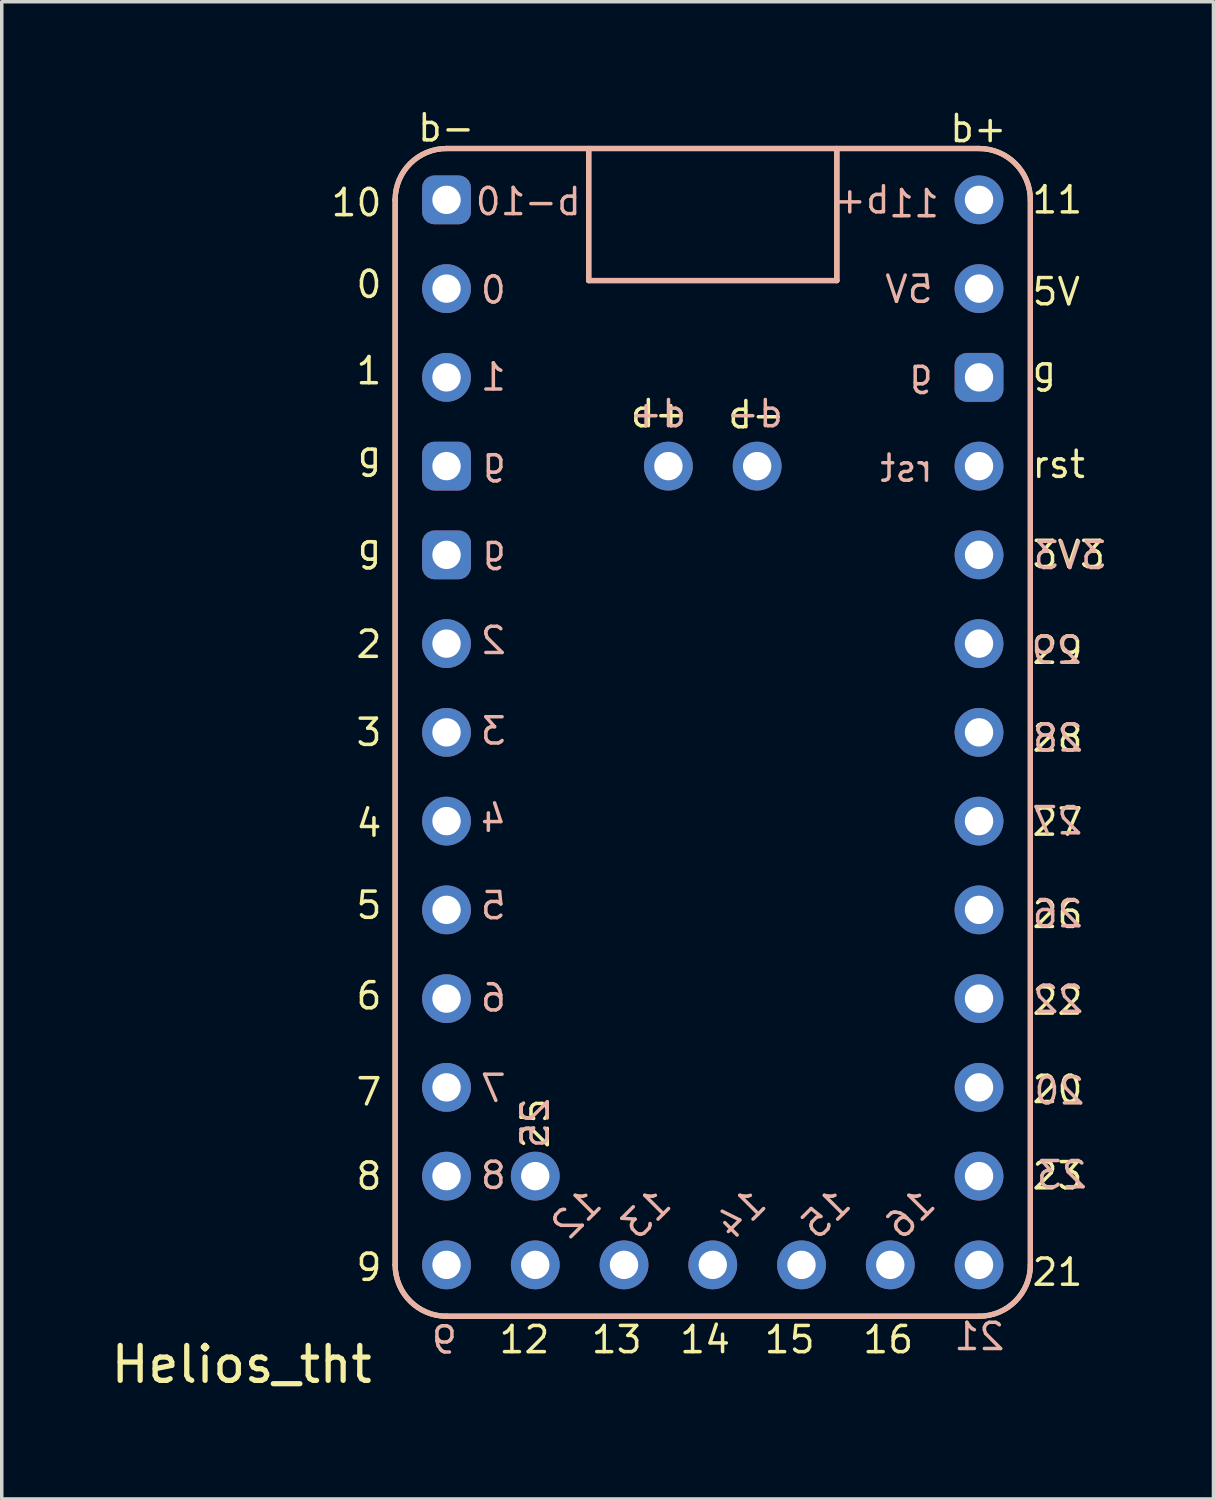
<source format=kicad_pcb>
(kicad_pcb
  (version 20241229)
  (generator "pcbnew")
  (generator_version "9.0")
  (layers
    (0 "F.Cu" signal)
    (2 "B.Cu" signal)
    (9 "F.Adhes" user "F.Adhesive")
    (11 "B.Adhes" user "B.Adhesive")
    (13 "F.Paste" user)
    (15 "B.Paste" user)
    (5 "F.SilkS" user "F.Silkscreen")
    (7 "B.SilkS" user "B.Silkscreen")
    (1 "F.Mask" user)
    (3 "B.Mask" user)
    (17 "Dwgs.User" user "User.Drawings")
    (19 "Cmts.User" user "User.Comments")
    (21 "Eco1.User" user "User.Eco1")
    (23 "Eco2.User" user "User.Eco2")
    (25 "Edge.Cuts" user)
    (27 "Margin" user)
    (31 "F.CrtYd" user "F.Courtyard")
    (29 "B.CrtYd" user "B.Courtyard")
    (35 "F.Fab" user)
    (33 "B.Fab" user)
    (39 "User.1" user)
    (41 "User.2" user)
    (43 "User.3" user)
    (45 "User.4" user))
  (footprint "Helios_tht"
    (layer "F.Cu")
    (at 17.349 19.18)
    (property "Reference" "Helios_tht" (at -9.67 16.82 180) (layer "F.SilkS") (effects (font (size 1 1) (thickness 0.15)) (justify right)))
    (attr through_hole exclude_from_pos_files exclude_from_bom)
    (fp_line (start -9.09 -16.51) (end -9.09 13.97) (stroke (width 0.15) (type default)) (layer "F.SilkS"))
    (fp_line (start -7.62 15.44) (end 7.62 15.44) (stroke (width 0.15) (type default)) (layer "F.SilkS"))
    (fp_line (start -3.55 -14.2) (end -3.55 -17.98) (stroke (width 0.15) (type default)) (layer "F.SilkS"))
    (fp_line (start 3.55 -14.2) (end -3.55 -14.2) (stroke (width 0.15) (type default)) (layer "F.SilkS"))
    (fp_line (start 3.55 -14.2) (end 3.55 -17.98) (stroke (width 0.15) (type default)) (layer "F.SilkS"))
    (fp_line (start 7.62 -17.98) (end -7.62 -17.98) (stroke (width 0.15) (type default)) (layer "F.SilkS"))
    (fp_line (start 9.09 13.97) (end 9.09 -16.51) (stroke (width 0.15) (type default)) (layer "F.SilkS"))
    (fp_arc (start -9.09 -16.51) (mid -8.659446 -17.549446) (end -7.62 -17.98) (stroke (width 0.15) (type default)) (layer "F.SilkS"))
    (fp_arc (start -7.62 15.44) (mid -8.659447 15.009447) (end -9.09 13.97) (stroke (width 0.15) (type default)) (layer "F.SilkS"))
    (fp_arc (start 7.62 -17.98) (mid 8.659447 -17.549447) (end 9.09 -16.51) (stroke (width 0.15) (type default)) (layer "F.SilkS"))
    (fp_arc (start 9.09 13.97) (mid 8.659447 15.009447) (end 7.62 15.44) (stroke (width 0.15) (type default)) (layer "F.SilkS"))
    (fp_line (start -9.09 13.97) (end -9.09 -16.51) (stroke (width 0.15) (type default)) (layer "B.SilkS"))
    (fp_line (start -7.62 -17.98) (end 7.62 -17.98) (stroke (width 0.15) (type default)) (layer "B.SilkS"))
    (fp_line (start -3.55 -14.2) (end -3.55 -17.98) (stroke (width 0.15) (type default)) (layer "B.SilkS"))
    (fp_line (start -3.55 -14.2) (end 3.55 -14.2) (stroke (width 0.15) (type default)) (layer "B.SilkS"))
    (fp_line (start 3.55 -14.2) (end 3.55 -17.98) (stroke (width 0.15) (type default)) (layer "B.SilkS"))
    (fp_line (start 7.62 15.44) (end -7.62 15.44) (stroke (width 0.15) (type default)) (layer "B.SilkS"))
    (fp_line (start 9.09 -16.51) (end 9.09 13.97) (stroke (width 0.15) (type default)) (layer "B.SilkS"))
    (fp_arc (start -9.09 -16.51) (mid -8.659447 -17.549447) (end -7.62 -17.98) (stroke (width 0.15) (type default)) (layer "B.SilkS"))
    (fp_arc (start -7.62 15.44) (mid -8.659447 15.009447) (end -9.09 13.97) (stroke (width 0.15) (type default)) (layer "B.SilkS"))
    (fp_arc (start 7.62 -17.98) (mid 8.659446 -17.549446) (end 9.09 -16.51) (stroke (width 0.15) (type default)) (layer "B.SilkS"))
    (fp_arc (start 9.09 13.97) (mid 8.659447 15.009447) (end 7.62 15.44) (stroke (width 0.15) (type default)) (layer "B.SilkS"))
    (fp_text user "27" (at 9.866 1.74 0) (unlocked yes) (layer "F.SilkS") (effects (font (size 0.75 0.75) (thickness 0.1)) (justify bottom)))
    (fp_text user "8" (at -9.84 11.87 0) (unlocked yes) (layer "F.SilkS") (effects (font (size 0.75 0.75) (thickness 0.1)) (justify bottom)))
    (fp_text user "22" (at 9.866 6.86 0) (unlocked yes) (layer "F.SilkS") (effects (font (size 0.75 0.75) (thickness 0.1)) (justify bottom)))
    (fp_text user "2" (at -9.84 -3.35 0) (unlocked yes) (layer "F.SilkS") (effects (font (size 0.75 0.75) (thickness 0.1)) (justify bottom)))
    (fp_text user "7" (at -9.84 9.46 0) (unlocked yes) (layer "F.SilkS") (effects (font (size 0.75 0.75) (thickness 0.1)) (justify bottom)))
    (fp_text user "6" (at -9.84 6.71 0) (unlocked yes) (layer "F.SilkS") (effects (font (size 0.75 0.75) (thickness 0.1)) (justify bottom)))
    (fp_text user "25" (at -4.64 9.92 90) (unlocked yes) (layer "F.SilkS") (effects (font (size 0.75 0.75) (thickness 0.1)) (justify bottom)))
    (fp_text user "26" (at 9.866 4.38 0) (unlocked yes) (layer "F.SilkS") (effects (font (size 0.75 0.75) (thickness 0.1)) (justify bottom)))
    (fp_text user "5" (at -9.84 4.12 0) (unlocked yes) (layer "F.SilkS") (effects (font (size 0.75 0.75) (thickness 0.1)) (justify bottom)))
    (fp_text user "14" (at -0.22 16.55 0) (unlocked yes) (layer "F.SilkS") (effects (font (size 0.75 0.75) (thickness 0.1)) (justify bottom)))
    (fp_text user "5V" (at 9.83 -13.44 0) (unlocked yes) (layer "F.SilkS") (effects (font (size 0.75 0.75) (thickness 0.1)) (justify bottom)))
    (fp_text user "21" (at 9.866 14.62 0) (unlocked yes) (layer "F.SilkS") (effects (font (size 0.75 0.75) (thickness 0.1)) (justify bottom)))
    (fp_text user "d+" (at -1.54 -9.95 0) (unlocked yes) (layer "F.SilkS") (effects (font (size 0.75 0.75) (thickness 0.1)) (justify bottom)))
    (fp_text user "10" (at -10.197 -15.99 0) (unlocked yes) (layer "F.SilkS") (effects (font (size 0.75 0.75) (thickness 0.1)) (justify bottom)))
    (fp_text user "0" (at -9.84 -13.65 0) (unlocked yes) (layer "F.SilkS") (effects (font (size 0.75 0.75) (thickness 0.1)) (justify bottom)))
    (fp_text user "28" (at 9.866 -0.67 0) (unlocked yes) (layer "F.SilkS") (effects (font (size 0.75 0.75) (thickness 0.1)) (justify bottom)))
    (fp_text user "g" (at -9.822 -6.13 0) (unlocked yes) (layer "F.SilkS") (effects (font (size 0.75 0.75) (thickness 0.1)) (justify bottom)))
    (fp_text user "4" (at -9.84 1.77 0) (unlocked yes) (layer "F.SilkS") (effects (font (size 0.75 0.75) (thickness 0.1)) (justify bottom)))
    (fp_text user "3" (at -9.84 -0.83 0) (unlocked yes) (layer "F.SilkS") (effects (font (size 0.75 0.75) (thickness 0.1)) (justify bottom)))
    (fp_text user "12" (at -5.39 16.55 0) (unlocked yes) (layer "F.SilkS") (effects (font (size 0.75 0.75) (thickness 0.1)) (justify bottom)))
    (fp_text user "1" (at -9.84 -11.18 0) (unlocked yes) (layer "F.SilkS") (effects (font (size 0.75 0.75) (thickness 0.1)) (justify bottom)))
    (fp_text user "13" (at -2.75 16.55 0) (unlocked yes) (layer "F.SilkS") (effects (font (size 0.75 0.75) (thickness 0.1)) (justify bottom)))
    (fp_text user "9" (at -9.84 14.48 0) (unlocked yes) (layer "F.SilkS") (effects (font (size 0.75 0.75) (thickness 0.1)) (justify bottom)))
    (fp_text user "16" (at 5.02 16.55 0) (unlocked yes) (layer "F.SilkS") (effects (font (size 0.75 0.75) (thickness 0.1)) (justify bottom)))
    (fp_text user "3V3" (at 10.187 -5.92 0) (unlocked yes) (layer "F.SilkS") (effects (font (size 0.75 0.75) (thickness 0.1)) (justify bottom)))
    (fp_text user "23" (at 9.866 11.86 0) (unlocked yes) (layer "F.SilkS") (effects (font (size 0.75 0.75) (thickness 0.1)) (justify bottom)))
    (fp_text user "g" (at -9.822 -8.78 0) (unlocked yes) (layer "F.SilkS") (effects (font (size 0.75 0.75) (thickness 0.1)) (justify bottom)))
    (fp_text user "11" (at 9.86 -16.07 0) (unlocked yes) (layer "F.SilkS") (effects (font (size 0.75 0.75) (thickness 0.1)) (justify bottom)))
    (fp_text user "rst" (at 9.901 -8.5 0) (unlocked yes) (layer "F.SilkS") (effects (font (size 0.75 0.75) (thickness 0.1)) (justify bottom)))
    (fp_text user "20" (at 9.866 9.39 0) (unlocked yes) (layer "F.SilkS") (effects (font (size 0.75 0.75) (thickness 0.1)) (justify bottom)))
    (fp_text user "b+" (at 7.6 -18.11 0) (unlocked yes) (layer "F.SilkS") (effects (font (size 0.75 0.75) (thickness 0.1)) (justify bottom)))
    (fp_text user "15" (at 2.2 16.55 0) (unlocked yes) (layer "F.SilkS") (effects (font (size 0.75 0.75) (thickness 0.1)) (justify bottom)))
    (fp_text user "g" (at 9.491 -11.22 0) (unlocked yes) (layer "F.SilkS") (effects (font (size 0.75 0.75) (thickness 0.1)) (justify bottom)))
    (fp_text user "29" (at 9.866 -3.18 0) (unlocked yes) (layer "F.SilkS") (effects (font (size 0.75 0.75) (thickness 0.1)) (justify bottom)))
    (fp_text user "d-" (at 1.25 -9.92 0) (unlocked yes) (layer "F.SilkS") (effects (font (size 0.75 0.75) (thickness 0.1)) (justify bottom)))
    (fp_text user "b-" (at -7.63 -18.13 0) (unlocked yes) (layer "F.SilkS") (effects (font (size 0.75 0.75) (thickness 0.1)) (justify bottom)))
    (fp_text user "7" (at -6.28 9.36 0) (unlocked yes) (layer "B.SilkS") (effects (font (size 0.75 0.75) (thickness 0.1)) (justify bottom mirror)))
    (fp_text user "16" (at 5.96 12.83 45) (layer "B.SilkS") (effects (font (size 0.75 0.75) (thickness 0.1)) (justify bottom mirror)))
    (fp_text user "d-" (at 1.2 -9.95 0) (unlocked yes) (layer "B.SilkS") (effects (font (size 0.75 0.75) (thickness 0.1)) (justify bottom mirror)))
    (fp_text user "d+" (at -1.57 -9.95 0) (unlocked yes) (layer "B.SilkS") (effects (font (size 0.75 0.75) (thickness 0.1)) (justify bottom mirror)))
    (fp_text user "27" (at 9.86 1.7 0) (unlocked yes) (layer "B.SilkS") (effects (font (size 0.75 0.75) (thickness 0.1)) (justify bottom mirror)))
    (fp_text user "12" (at -3.59 12.83 45) (unlocked yes) (layer "B.SilkS") (effects (font (size 0.75 0.75) (thickness 0.1)) (justify bottom mirror)))
    (fp_text user "g" (at 5.954 -11.15 0) (unlocked yes) (layer "B.SilkS") (effects (font (size 0.75 0.75) (thickness 0.1)) (justify bottom mirror)))
    (fp_text user "25" (at -4.64 9.91 90) (unlocked yes) (layer "B.SilkS") (effects (font (size 0.75 0.75) (thickness 0.1)) (justify bottom mirror)))
    (fp_text user "29" (at 9.84 -3.18 0) (unlocked yes) (layer "B.SilkS") (effects (font (size 0.75 0.75) (thickness 0.1)) (justify bottom mirror)))
    (fp_text user "11" (at 5.76 -15.96 0) (unlocked yes) (layer "B.SilkS") (effects (font (size 0.75 0.75) (thickness 0.1)) (justify bottom mirror)))
    (fp_text user "6" (at -6.28 6.77 0) (unlocked yes) (layer "B.SilkS") (effects (font (size 0.75 0.75) (thickness 0.1)) (justify bottom mirror)))
    (fp_text user "14" (at 1.12 12.83 45) (unlocked yes) (layer "B.SilkS") (effects (font (size 0.75 0.75) (thickness 0.1)) (justify bottom mirror)))
    (fp_text user "g" (at -6.262 -8.62 0) (unlocked yes) (layer "B.SilkS") (effects (font (size 0.75 0.75) (thickness 0.1)) (justify bottom mirror)))
    (fp_text user "9" (at -7.68 16.56 0) (unlocked yes) (layer "B.SilkS") (effects (font (size 0.75 0.75) (thickness 0.1)) (justify bottom mirror)))
    (fp_text user "g" (at -6.262 -6.11 0) (unlocked yes) (layer "B.SilkS") (effects (font (size 0.75 0.75) (thickness 0.1)) (justify bottom mirror)))
    (fp_text user "15" (at 3.54 12.83 45) (unlocked yes) (layer "B.SilkS") (effects (font (size 0.75 0.75) (thickness 0.1)) (justify bottom mirror)))
    (fp_text user "rst" (at 5.544 -8.39 0) (unlocked yes) (layer "B.SilkS") (effects (font (size 0.75 0.75) (thickness 0.1)) (justify bottom mirror)))
    (fp_text user "2" (at -6.28 -3.46 0) (unlocked yes) (layer "B.SilkS") (effects (font (size 0.75 0.75) (thickness 0.1)) (justify bottom mirror)))
    (fp_text user "0" (at -6.28 -13.49 0) (unlocked yes) (layer "B.SilkS") (effects (font (size 0.75 0.75) (thickness 0.1)) (justify bottom mirror)))
    (fp_text user "20" (at 9.92 9.43 0) (unlocked yes) (layer "B.SilkS") (effects (font (size 0.75 0.75) (thickness 0.1)) (justify bottom mirror)))
    (fp_text user "5V" (at 5.615 -13.51 0) (unlocked yes) (layer "B.SilkS") (effects (font (size 0.75 0.75) (thickness 0.1)) (justify bottom mirror)))
    (fp_text user "13" (at -1.6 12.83 45) (unlocked yes) (layer "B.SilkS") (effects (font (size 0.75 0.75) (thickness 0.1)) (justify bottom mirror)))
    (fp_text user "10" (at -6.07 -16.02 0) (unlocked yes) (layer "B.SilkS") (effects (font (size 0.75 0.75) (thickness 0.1)) (justify bottom mirror)))
    (fp_text user "b+" (at 4.26 -16.07 0) (unlocked yes) (layer "B.SilkS") (effects (font (size 0.75 0.75) (thickness 0.1)) (justify bottom mirror)))
    (fp_text user "8" (at -6.28 11.85 0) (unlocked yes) (layer "B.SilkS") (effects (font (size 0.75 0.75) (thickness 0.1)) (justify bottom mirror)))
    (fp_text user "b-" (at -4.58 -16.02 0) (unlocked yes) (layer "B.SilkS") (effects (font (size 0.75 0.75) (thickness 0.1)) (justify bottom mirror)))
    (fp_text user "5" (at -6.28 4.13 0) (unlocked yes) (layer "B.SilkS") (effects (font (size 0.75 0.75) (thickness 0.1)) (justify bottom mirror)))
    (fp_text user "21" (at 7.63 16.46 0) (unlocked yes) (layer "B.SilkS") (effects (font (size 0.75 0.75) (thickness 0.1)) (justify bottom mirror)))
    (fp_text user "22" (at 9.89 6.81 0) (unlocked yes) (layer "B.SilkS") (effects (font (size 0.75 0.75) (thickness 0.1)) (justify bottom mirror)))
    (fp_text user "28" (at 9.88 -0.67 0) (unlocked yes) (layer "B.SilkS") (effects (font (size 0.75 0.75) (thickness 0.1)) (justify bottom mirror)))
    (fp_text user "1" (at -6.28 -11 0) (unlocked yes) (layer "B.SilkS") (effects (font (size 0.75 0.75) (thickness 0.1)) (justify bottom mirror)))
    (fp_text user "3V3" (at 10.22 -5.89 0) (unlocked yes) (layer "B.SilkS") (effects (font (size 0.75 0.75) (thickness 0.1)) (justify bottom mirror)))
    (fp_text user "26" (at 9.87 4.36 0) (unlocked yes) (layer "B.SilkS") (effects (font (size 0.75 0.75) (thickness 0.1)) (justify bottom mirror)))
    (fp_text user "23" (at 9.99 11.83 0) (unlocked yes) (layer "B.SilkS") (effects (font (size 0.75 0.75) (thickness 0.1)) (justify bottom mirror)))
    (fp_text user "3" (at -6.28 -0.87 0) (unlocked yes) (layer "B.SilkS") (effects (font (size 0.75 0.75) (thickness 0.1)) (justify bottom mirror)))
    (fp_text user "4" (at -6.28 1.63 0) (unlocked yes) (layer "B.SilkS") (effects (font (size 0.75 0.75) (thickness 0.1)) (justify bottom mirror)))
    (pad "1" thru_hole circle (at -7.62 -13.97) (size 1.397 1.397) (drill 0.813) (layers "*.Cu" "*.Mask"))
    (pad "2" thru_hole circle (at -7.62 -11.43) (size 1.397 1.397) (drill 0.813) (layers "*.Cu" "*.Mask"))
    (pad "3" thru_hole roundrect (at -7.62 -8.89) (size 1.397 1.397) (drill 0.813) (layers "*.Cu" "*.Mask") (roundrect_rratio 0.25))
    (pad "4" thru_hole roundrect (at -7.62 -6.35) (size 1.397 1.397) (drill 0.813) (layers "*.Cu" "*.Mask") (roundrect_rratio 0.25))
    (pad "5" thru_hole circle (at -7.62 -3.81) (size 1.397 1.397) (drill 0.813) (layers "*.Cu" "*.Mask"))
    (pad "6" thru_hole circle (at -7.62 -1.27) (size 1.397 1.397) (drill 0.813) (layers "*.Cu" "*.Mask"))
    (pad "7" thru_hole circle (at -7.62 1.27) (size 1.397 1.397) (drill 0.813) (layers "*.Cu" "*.Mask"))
    (pad "8" thru_hole circle (at -7.62 3.81) (size 1.397 1.397) (drill 0.813) (layers "*.Cu" "*.Mask"))
    (pad "9" thru_hole circle (at -7.62 6.35) (size 1.397 1.397) (drill 0.813) (layers "*.Cu" "*.Mask"))
    (pad "10" thru_hole circle (at -7.62 8.89) (size 1.397 1.397) (drill 0.813) (layers "*.Cu" "*.Mask"))
    (pad "11" thru_hole circle (at -7.62 11.43) (size 1.397 1.397) (drill 0.813) (layers "*.Cu" "*.Mask"))
    (pad "12" thru_hole circle (at -7.62 13.97) (size 1.397 1.397) (drill 0.813) (layers "*.Cu" "*.Mask"))
    (pad "13" thru_hole circle (at 7.62 -13.97) (size 1.397 1.397) (drill 0.813) (layers "*.Cu" "*.Mask"))
    (pad "14" thru_hole roundrect (at 7.62 -11.43) (size 1.397 1.397) (drill 0.813) (layers "*.Cu" "*.Mask") (roundrect_rratio 0.25))
    (pad "15" thru_hole circle (at 7.62 -8.89) (size 1.397 1.397) (drill 0.813) (layers "*.Cu" "*.Mask"))
    (pad "16" thru_hole circle (at 7.62 -6.35) (size 1.397 1.397) (drill 0.813) (layers "*.Cu" "*.Mask"))
    (pad "17" thru_hole circle (at 7.62 -3.81) (size 1.397 1.397) (drill 0.813) (layers "*.Cu" "*.Mask"))
    (pad "18" thru_hole circle (at 7.62 -1.27) (size 1.397 1.397) (drill 0.813) (layers "*.Cu" "*.Mask"))
    (pad "19" thru_hole circle (at 7.62 1.27) (size 1.397 1.397) (drill 0.813) (layers "*.Cu" "*.Mask"))
    (pad "20" thru_hole circle (at 7.62 3.81) (size 1.397 1.397) (drill 0.813) (layers "*.Cu" "*.Mask"))
    (pad "21" thru_hole circle (at 7.62 6.35) (size 1.397 1.397) (drill 0.813) (layers "*.Cu" "*.Mask"))
    (pad "22" thru_hole circle (at 7.62 8.89) (size 1.397 1.397) (drill 0.813) (layers "*.Cu" "*.Mask"))
    (pad "23" thru_hole circle (at 7.62 11.43) (size 1.397 1.397) (drill 0.813) (layers "*.Cu" "*.Mask"))
    (pad "24" thru_hole circle (at 7.62 13.97) (size 1.397 1.397) (drill 0.813) (layers "*.Cu" "*.Mask"))
    (pad "25" thru_hole circle (at -5.08 13.97) (size 1.397 1.397) (drill 0.813) (layers "*.Cu" "*.Mask"))
    (pad "26" thru_hole circle (at -2.54 13.97) (size 1.397 1.397) (drill 0.813) (layers "*.Cu" "*.Mask"))
    (pad "27" thru_hole circle (at 0 13.97) (size 1.397 1.397) (drill 0.813) (layers "*.Cu" "*.Mask"))
    (pad "28" thru_hole circle (at 2.54 13.97) (size 1.397 1.397) (drill 0.813) (layers "*.Cu" "*.Mask"))
    (pad "29" thru_hole circle (at 5.08 13.97) (size 1.397 1.397) (drill 0.813) (layers "*.Cu" "*.Mask"))
    (pad "30" thru_hole circle (at 7.62 -16.51) (size 1.397 1.397) (drill 0.813) (layers "*.Cu" "*.Mask"))
    (pad "31" thru_hole roundrect (at -7.62 -16.51) (size 1.397 1.397) (drill 0.813) (layers "*.Cu" "*.Mask") (roundrect_rratio 0.25))
    (pad "32" thru_hole circle (at -1.27 -8.89) (size 1.397 1.397) (drill 0.813) (layers "*.Cu" "*.Mask"))
    (pad "33" thru_hole circle (at 1.27 -8.89) (size 1.397 1.397) (drill 0.813) (layers "*.Cu" "*.Mask"))
    (pad "34" thru_hole circle (at -5.08 11.43) (size 1.397 1.397) (drill 0.813) (layers "*.Cu" "*.Mask")))
  (gr_rect
    (start -3 -3)
    (end 31.679 39.848)
    (stroke (width 0.1) (type default))
    (fill no)
    (layer "Edge.Cuts")))
</source>
